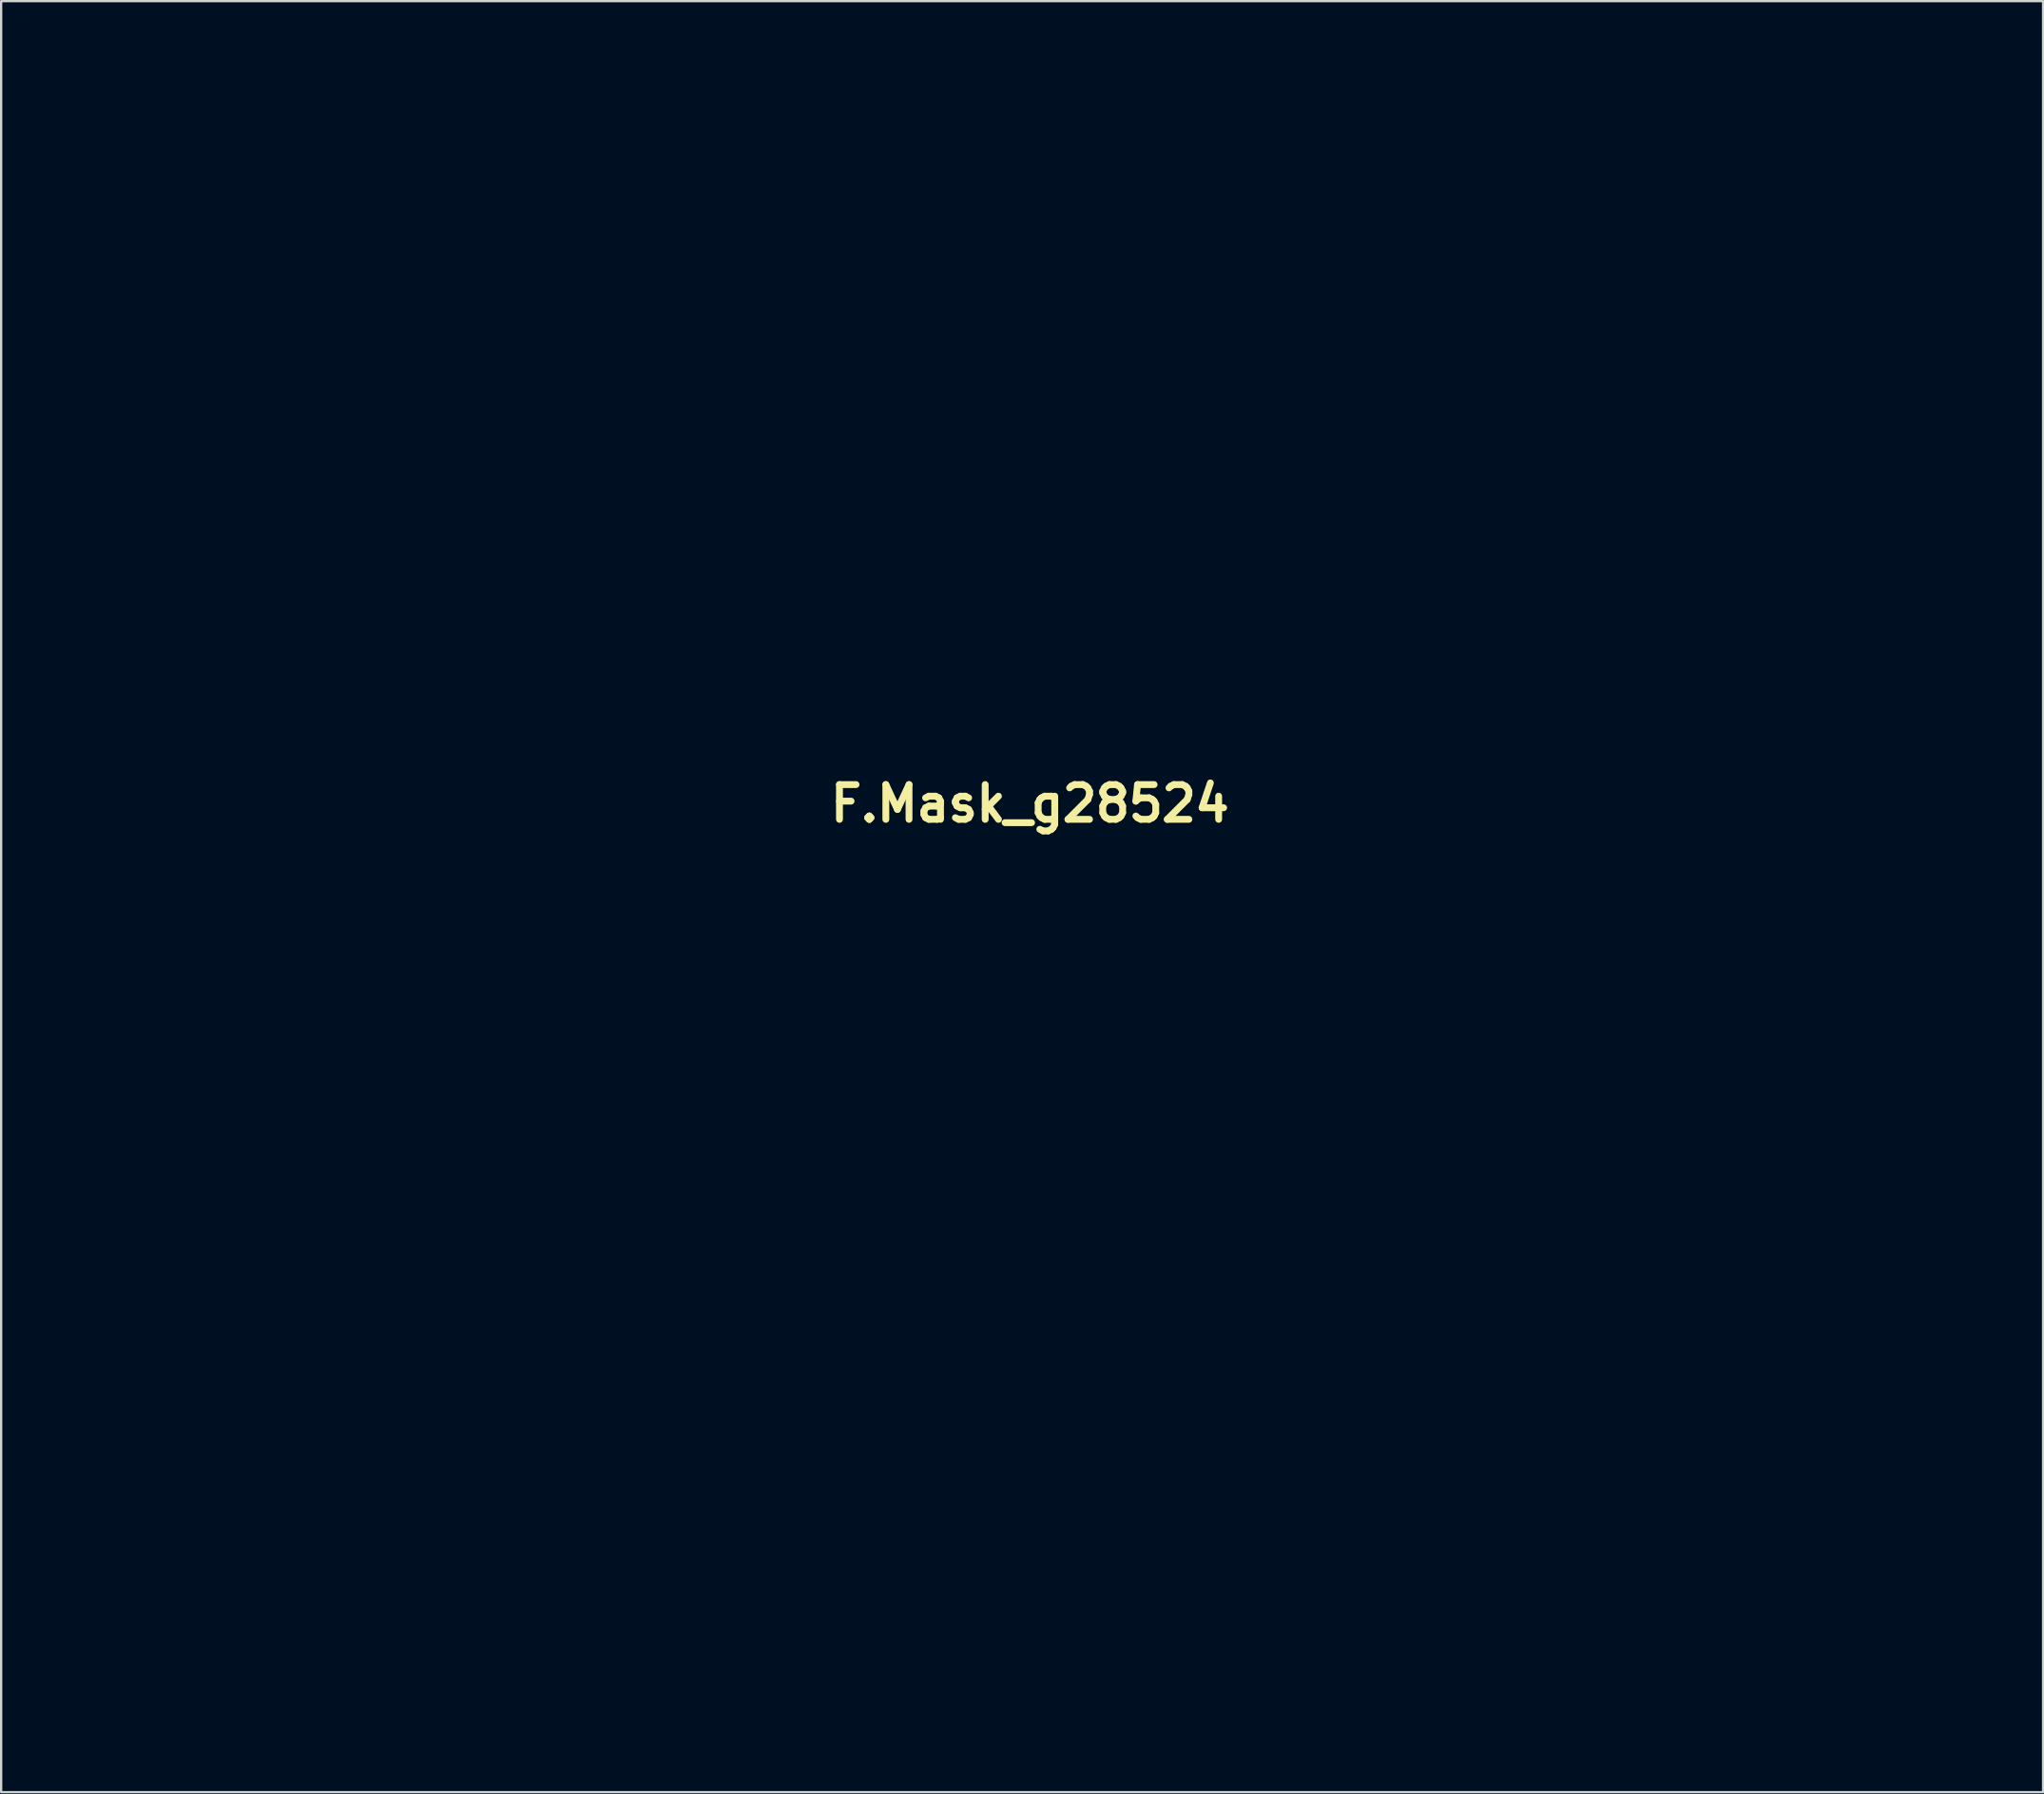
<source format=kicad_pcb>
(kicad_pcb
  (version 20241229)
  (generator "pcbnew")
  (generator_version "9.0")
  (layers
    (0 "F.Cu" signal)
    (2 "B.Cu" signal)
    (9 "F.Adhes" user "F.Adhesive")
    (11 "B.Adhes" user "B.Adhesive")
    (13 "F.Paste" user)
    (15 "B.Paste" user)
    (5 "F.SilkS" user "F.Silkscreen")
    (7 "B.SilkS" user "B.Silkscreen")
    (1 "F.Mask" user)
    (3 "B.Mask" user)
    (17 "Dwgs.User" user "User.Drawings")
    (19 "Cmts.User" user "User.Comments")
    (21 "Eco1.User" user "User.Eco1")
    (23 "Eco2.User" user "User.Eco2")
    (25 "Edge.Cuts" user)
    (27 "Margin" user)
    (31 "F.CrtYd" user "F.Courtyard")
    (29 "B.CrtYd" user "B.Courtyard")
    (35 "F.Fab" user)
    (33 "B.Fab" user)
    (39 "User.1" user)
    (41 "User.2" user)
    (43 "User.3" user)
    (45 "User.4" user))
  (footprint "F.Mask_g28524"
    (layer "F.Cu")
    (at 42.089 32.171)
    (property "Reference" "F.Mask_g28524" (at 0 0 0) (layer "F.SilkS") (effects (font (size 1.524 1.524) (thickness 0.3))))
    (attr through_hole)
    (fp_poly (pts (xy 38.334 -5.221) (xy 38.433 -5.177) (xy 38.525 -5.106) (xy 38.616 -5.003) (xy 38.714 -4.866) (xy 38.743 -4.822) (xy 38.841 -4.658) (xy 38.949 -4.456) (xy 39.065 -4.219) (xy 39.187 -3.953) (xy 39.313 -3.659) (xy 39.444 -3.342) (xy 39.576 -3.004) (xy 39.71 -2.65) (xy 39.843 -2.283) (xy 39.974 -1.907) (xy 40.102 -1.524) (xy 40.225 -1.139) (xy 40.342 -0.755) (xy 40.416 -0.505) (xy 40.484 -0.261) (xy 40.555 0.002) (xy 40.628 0.28) (xy 40.702 0.569) (xy 40.776 0.867) (xy 40.85 1.17) (xy 40.922 1.474) (xy 40.992 1.776) (xy 41.06 2.072) (xy 41.123 2.358) (xy 41.182 2.632) (xy 41.236 2.89) (xy 41.283 3.127) (xy 41.324 3.342) (xy 41.357 3.529) (xy 41.381 3.686) (xy 41.397 3.809) (xy 41.402 3.895) (xy 41.402 3.998) (xy 41.218 4.152) (xy 41.148 4.21) (xy 41.046 4.293) (xy 40.918 4.396) (xy 40.766 4.519) (xy 40.593 4.659) (xy 40.401 4.812) (xy 40.195 4.977) (xy 39.976 5.152) (xy 39.749 5.334) (xy 39.516 5.52) (xy 39.28 5.708) (xy 39.044 5.895) (xy 38.812 6.08) (xy 38.585 6.26) (xy 38.368 6.432) (xy 38.164 6.594) (xy 37.974 6.743) (xy 37.803 6.878) (xy 37.772 6.902) (xy 37.337 7.243) (xy 36.93 7.561) (xy 36.55 7.856) (xy 36.2 8.127) (xy 35.878 8.375) (xy 35.585 8.598) (xy 35.322 8.797) (xy 35.09 8.971) (xy 34.888 9.12) (xy 34.717 9.243) (xy 34.578 9.341) (xy 34.471 9.412) (xy 34.423 9.442) (xy 34.117 9.61) (xy 33.785 9.77) (xy 33.44 9.917) (xy 33.092 10.046) (xy 32.754 10.153) (xy 32.526 10.212) (xy 32.331 10.253) (xy 32.123 10.288) (xy 31.914 10.314) (xy 31.712 10.332) (xy 31.529 10.341) (xy 31.374 10.339) (xy 31.348 10.337) (xy 31.109 10.307) (xy 30.901 10.258) (xy 30.717 10.187) (xy 30.56 10.098) (xy 30.37 9.95) (xy 30.195 9.765) (xy 30.034 9.544) (xy 29.888 9.292) (xy 29.759 9.01) (xy 29.647 8.702) (xy 29.552 8.371) (xy 29.476 8.018) (xy 29.419 7.647) (xy 29.382 7.26) (xy 29.365 6.861) (xy 29.37 6.451) (xy 29.397 6.035) (xy 29.413 5.884) (xy 29.471 5.462) (xy 29.554 5.02) (xy 29.664 4.556) (xy 29.8 4.067) (xy 29.964 3.55) (xy 30.002 3.437) (xy 30.241 2.784) (xy 30.512 2.137) (xy 30.811 1.497) (xy 31.137 0.868) (xy 31.488 0.253) (xy 31.862 -0.344) (xy 32.257 -0.922) (xy 32.67 -1.477) (xy 33.1 -2.006) (xy 33.544 -2.506) (xy 34.001 -2.974) (xy 34.468 -3.406) (xy 34.943 -3.801) (xy 35.105 -3.926) (xy 35.537 -4.232) (xy 35.961 -4.498) (xy 36.378 -4.724) (xy 36.791 -4.909) (xy 37.199 -5.056) (xy 37.604 -5.163) (xy 37.922 -5.221) (xy 38.086 -5.239) (xy 38.221 -5.241) (xy 38.334 -5.221)) (stroke (width 0.01) (type solid)) (fill yes) (layer "F.Mask"))
    (fp_poly (pts (xy 38.549 12.157) (xy 38.712 12.165) (xy 38.862 12.176) (xy 38.987 12.191) (xy 39.053 12.203) (xy 39.284 12.268) (xy 39.479 12.355) (xy 39.638 12.462) (xy 39.76 12.592) (xy 39.848 12.743) (xy 39.9 12.918) (xy 39.917 13.115) (xy 39.915 13.185) (xy 39.898 13.339) (xy 39.862 13.529) (xy 39.809 13.751) (xy 39.738 14.003) (xy 39.652 14.285) (xy 39.551 14.592) (xy 39.436 14.923) (xy 39.308 15.275) (xy 39.168 15.647) (xy 39.017 16.036) (xy 38.856 16.44) (xy 38.686 16.856) (xy 38.508 17.282) (xy 38.323 17.717) (xy 38.132 18.157) (xy 37.935 18.6) (xy 37.734 19.044) (xy 37.53 19.488) (xy 37.324 19.928) (xy 37.117 20.362) (xy 36.909 20.788) (xy 36.702 21.205) (xy 36.496 21.608) (xy 36.293 21.997) (xy 36.094 22.369) (xy 35.899 22.721) (xy 35.71 23.052) (xy 35.655 23.146) (xy 35.498 23.409) (xy 35.323 23.698) (xy 35.131 24.01) (xy 34.926 24.339) (xy 34.711 24.683) (xy 34.487 25.037) (xy 34.258 25.396) (xy 34.026 25.758) (xy 33.793 26.117) (xy 33.563 26.471) (xy 33.338 26.814) (xy 33.12 27.143) (xy 32.912 27.454) (xy 32.717 27.743) (xy 32.538 28.005) (xy 32.376 28.237) (xy 32.305 28.337) (xy 32.203 28.478) (xy 32.101 28.617) (xy 32 28.751) (xy 31.905 28.876) (xy 31.818 28.987) (xy 31.743 29.08) (xy 31.684 29.151) (xy 31.642 29.196) (xy 31.623 29.21) (xy 31.605 29.193) (xy 31.571 29.15) (xy 31.529 29.087) (xy 31.523 29.078) (xy 31.493 29.032) (xy 31.444 28.955) (xy 31.377 28.851) (xy 31.296 28.726) (xy 31.203 28.582) (xy 31.102 28.425) (xy 30.994 28.259) (xy 30.931 28.162) (xy 30.764 27.904) (xy 30.618 27.676) (xy 30.491 27.476) (xy 30.381 27.298) (xy 30.284 27.141) (xy 30.199 26.998) (xy 30.124 26.866) (xy 30.055 26.742) (xy 29.991 26.621) (xy 29.929 26.499) (xy 29.928 26.497) (xy 29.768 26.16) (xy 29.637 25.845) (xy 29.533 25.542) (xy 29.454 25.245) (xy 29.399 24.946) (xy 29.365 24.637) (xy 29.35 24.309) (xy 29.35 24.204) (xy 29.359 23.845) (xy 29.387 23.474) (xy 29.435 23.083) (xy 29.503 22.669) (xy 29.593 22.225) (xy 29.604 22.176) (xy 29.747 21.598) (xy 29.921 21.012) (xy 30.124 20.422) (xy 30.354 19.831) (xy 30.61 19.243) (xy 30.888 18.661) (xy 31.187 18.087) (xy 31.506 17.527) (xy 31.841 16.982) (xy 32.192 16.457) (xy 32.556 15.955) (xy 32.931 15.48) (xy 33.315 15.034) (xy 33.706 14.621) (xy 34.102 14.245) (xy 34.379 14.006) (xy 34.571 13.857) (xy 34.793 13.697) (xy 35.038 13.53) (xy 35.301 13.361) (xy 35.576 13.192) (xy 35.856 13.028) (xy 36.136 12.871) (xy 36.408 12.725) (xy 36.668 12.595) (xy 36.908 12.483) (xy 37.123 12.393) (xy 37.172 12.374) (xy 37.418 12.292) (xy 37.666 12.226) (xy 37.901 12.179) (xy 37.966 12.169) (xy 38.08 12.159) (xy 38.222 12.154) (xy 38.382 12.153) (xy 38.549 12.157)) (stroke (width 0.01) (type solid)) (fill yes) (layer "F.Mask"))
    (fp_poly (pts (xy -23.263 -32.139) (xy -23.25 -32.122) (xy -23.235 -32.092) (xy -23.226 -32.056) (xy -23.222 -32.003) (xy -23.223 -31.926) (xy -23.229 -31.818) (xy -23.243 -31.597) (xy -23.263 -31.339) (xy -23.288 -31.048) (xy -23.317 -30.73) (xy -23.35 -30.39) (xy -23.386 -30.032) (xy -23.424 -29.662) (xy -23.465 -29.283) (xy -23.507 -28.902) (xy -23.55 -28.522) (xy -23.594 -28.149) (xy -23.638 -27.788) (xy -23.681 -27.443) (xy -23.724 -27.119) (xy -23.764 -26.822) (xy -23.783 -26.691) (xy -23.876 -26.115) (xy -23.987 -25.56) (xy -24.116 -25.021) (xy -24.266 -24.494) (xy -24.438 -23.976) (xy -24.633 -23.462) (xy -24.854 -22.948) (xy -25.102 -22.43) (xy -25.379 -21.904) (xy -25.686 -21.366) (xy -26.025 -20.812) (xy -26.345 -20.317) (xy -26.562 -19.996) (xy -26.78 -19.691) (xy -26.996 -19.404) (xy -27.209 -19.136) (xy -27.415 -18.891) (xy -27.614 -18.671) (xy -27.804 -18.477) (xy -27.982 -18.312) (xy -28.146 -18.178) (xy -28.295 -18.077) (xy -28.427 -18.011) (xy -28.43 -18.01) (xy -28.506 -17.986) (xy -28.578 -17.977) (xy -28.669 -17.981) (xy -28.683 -17.983) (xy -28.764 -17.989) (xy -28.82 -17.986) (xy -28.867 -17.971) (xy -28.921 -17.942) (xy -28.981 -17.9) (xy -29.05 -17.836) (xy -29.133 -17.748) (xy -29.233 -17.631) (xy -29.351 -17.483) (xy -29.368 -17.462) (xy -29.423 -17.392) (xy -29.469 -17.333) (xy -29.499 -17.296) (xy -29.507 -17.287) (xy -29.529 -17.29) (xy -29.584 -17.309) (xy -29.665 -17.343) (xy -29.766 -17.387) (xy -29.881 -17.44) (xy -29.904 -17.45) (xy -30.027 -17.508) (xy -30.145 -17.561) (xy -30.247 -17.605) (xy -30.327 -17.638) (xy -30.378 -17.656) (xy -30.38 -17.656) (xy -30.443 -17.67) (xy -30.488 -17.666) (xy -30.536 -17.643) (xy -30.551 -17.634) (xy -30.645 -17.561) (xy -30.751 -17.45) (xy -30.868 -17.305) (xy -30.993 -17.128) (xy -31.125 -16.921) (xy -31.261 -16.688) (xy -31.295 -16.626) (xy -31.411 -16.421) (xy -31.514 -16.252) (xy -31.609 -16.114) (xy -31.699 -16.004) (xy -31.789 -15.919) (xy -31.883 -15.856) (xy -31.984 -15.809) (xy -32.098 -15.777) (xy -32.227 -15.755) (xy -32.286 -15.748) (xy -32.434 -15.737) (xy -32.609 -15.732) (xy -32.797 -15.731) (xy -32.982 -15.736) (xy -33.15 -15.747) (xy -33.189 -15.75) (xy -33.385 -15.781) (xy -33.552 -15.834) (xy -33.697 -15.915) (xy -33.831 -16.028) (xy -33.936 -16.145) (xy -34.14 -16.426) (xy -34.316 -16.738) (xy -34.467 -17.081) (xy -34.591 -17.455) (xy -34.689 -17.861) (xy -34.761 -18.3) (xy -34.796 -18.627) (xy -34.803 -18.715) (xy -34.81 -18.838) (xy -34.819 -18.984) (xy -34.828 -19.147) (xy -34.836 -19.317) (xy -34.843 -19.454) (xy -34.869 -20.039) (xy -34.502 -20.597) (xy -34.31 -20.889) (xy -34.135 -21.151) (xy -33.973 -21.391) (xy -33.818 -21.616) (xy -33.665 -21.833) (xy -33.511 -22.049) (xy -33.349 -22.27) (xy -33.176 -22.504) (xy -33.076 -22.638) (xy -32.645 -23.202) (xy -32.193 -23.774) (xy -31.725 -24.35) (xy -31.244 -24.925) (xy -30.752 -25.497) (xy -30.255 -26.061) (xy -29.754 -26.613) (xy -29.253 -27.149) (xy -28.757 -27.666) (xy -28.268 -28.16) (xy -27.79 -28.627) (xy -27.327 -29.063) (xy -27.03 -29.333) (xy -26.796 -29.54) (xy -26.551 -29.751) (xy -26.3 -29.965) (xy -26.043 -30.179) (xy -25.784 -30.392) (xy -25.525 -30.602) (xy -25.269 -30.807) (xy -25.018 -31.004) (xy -24.774 -31.192) (xy -24.54 -31.37) (xy -24.319 -31.534) (xy -24.113 -31.684) (xy -23.925 -31.817) (xy -23.756 -31.932) (xy -23.61 -32.026) (xy -23.489 -32.097) (xy -23.396 -32.145) (xy -23.343 -32.163) (xy -23.297 -32.166) (xy -23.263 -32.139)) (stroke (width 0.01) (type solid)) (fill yes) (layer "F.Mask"))
    (fp_poly (pts (xy 24.468 25.692) (xy 24.687 25.715) (xy 24.86 25.749) (xy 25.032 25.804) (xy 25.189 25.879) (xy 25.333 25.977) (xy 25.469 26.101) (xy 25.6 26.255) (xy 25.728 26.442) (xy 25.856 26.665) (xy 25.962 26.871) (xy 26.029 27.011) (xy 26.088 27.141) (xy 26.138 27.265) (xy 26.181 27.386) (xy 26.218 27.51) (xy 26.248 27.64) (xy 26.272 27.779) (xy 26.291 27.933) (xy 26.305 28.104) (xy 26.316 28.297) (xy 26.323 28.516) (xy 26.328 28.766) (xy 26.33 29.049) (xy 26.331 29.37) (xy 26.331 29.401) (xy 26.33 29.754) (xy 26.327 30.069) (xy 26.321 30.352) (xy 26.312 30.606) (xy 26.299 30.837) (xy 26.282 31.049) (xy 26.259 31.247) (xy 26.23 31.436) (xy 26.195 31.62) (xy 26.152 31.804) (xy 26.102 31.993) (xy 26.043 32.192) (xy 25.976 32.404) (xy 25.901 32.628) (xy 25.699 33.196) (xy 25.483 33.747) (xy 25.255 34.277) (xy 25.018 34.78) (xy 24.773 35.253) (xy 24.523 35.691) (xy 24.373 35.933) (xy 24.265 36.094) (xy 24.141 36.267) (xy 24.009 36.442) (xy 23.876 36.61) (xy 23.751 36.76) (xy 23.653 36.868) (xy 23.455 37.062) (xy 23.218 37.265) (xy 22.944 37.474) (xy 22.635 37.689) (xy 22.295 37.908) (xy 21.924 38.129) (xy 21.657 38.279) (xy 21.513 38.356) (xy 21.337 38.447) (xy 21.139 38.546) (xy 20.925 38.652) (xy 20.704 38.759) (xy 20.484 38.864) (xy 20.272 38.963) (xy 20.077 39.052) (xy 19.906 39.128) (xy 19.844 39.155) (xy 19.378 39.346) (xy 18.92 39.522) (xy 18.472 39.682) (xy 18.038 39.825) (xy 17.623 39.95) (xy 17.23 40.055) (xy 16.863 40.139) (xy 16.527 40.202) (xy 16.429 40.216) (xy 16.371 40.223) (xy 16.281 40.232) (xy 16.166 40.243) (xy 16.032 40.255) (xy 15.888 40.267) (xy 15.739 40.279) (xy 15.593 40.291) (xy 15.456 40.302) (xy 15.335 40.31) (xy 15.238 40.317) (xy 15.171 40.321) (xy 15.145 40.321) (xy 15.111 40.309) (xy 15.051 40.278) (xy 14.974 40.232) (xy 14.901 40.186) (xy 14.834 40.141) (xy 14.737 40.077) (xy 14.617 39.997) (xy 14.479 39.907) (xy 14.331 39.809) (xy 14.178 39.709) (xy 14.097 39.656) (xy 13.86 39.5) (xy 13.657 39.365) (xy 13.486 39.249) (xy 13.345 39.152) (xy 13.231 39.07) (xy 13.142 39.004) (xy 13.077 38.951) (xy 13.034 38.91) (xy 13.009 38.88) (xy 13.003 38.865) (xy 13.002 38.845) (xy 13.008 38.816) (xy 13.023 38.774) (xy 13.046 38.717) (xy 13.081 38.643) (xy 13.127 38.549) (xy 13.186 38.433) (xy 13.26 38.293) (xy 13.348 38.126) (xy 13.454 37.93) (xy 13.578 37.703) (xy 13.72 37.441) (xy 13.754 37.38) (xy 13.969 36.988) (xy 14.189 36.587) (xy 14.412 36.181) (xy 14.639 35.772) (xy 14.867 35.362) (xy 15.094 34.952) (xy 15.321 34.545) (xy 15.546 34.143) (xy 15.767 33.749) (xy 15.984 33.363) (xy 16.195 32.99) (xy 16.399 32.629) (xy 16.595 32.285) (xy 16.781 31.958) (xy 16.957 31.651) (xy 17.121 31.366) (xy 17.272 31.105) (xy 17.408 30.87) (xy 17.53 30.664) (xy 17.634 30.489) (xy 17.721 30.346) (xy 17.789 30.237) (xy 17.797 30.226) (xy 18.08 29.813) (xy 18.4 29.391) (xy 18.753 28.965) (xy 19.136 28.538) (xy 19.544 28.114) (xy 19.656 28.003) (xy 20.042 27.637) (xy 20.424 27.3) (xy 20.8 26.993) (xy 21.168 26.718) (xy 21.527 26.475) (xy 21.875 26.266) (xy 22.21 26.092) (xy 22.531 25.953) (xy 22.836 25.852) (xy 22.902 25.834) (xy 23.154 25.778) (xy 23.42 25.735) (xy 23.693 25.705) (xy 23.963 25.687) (xy 24.224 25.683) (xy 24.468 25.692)) (stroke (width 0.01) (type solid)) (fill yes) (layer "F.Mask"))
    (fp_poly (pts (xy -34.153 -12.102) (xy -34.071 -12.101) (xy -34.024 -12.098) (xy -34.015 -12.096) (xy -34.025 -12.068) (xy -34.054 -12.006) (xy -34.1 -11.913) (xy -34.161 -11.794) (xy -34.236 -11.65) (xy -34.322 -11.486) (xy -34.419 -11.304) (xy -34.524 -11.109) (xy -34.636 -10.902) (xy -34.753 -10.688) (xy -34.873 -10.47) (xy -34.994 -10.251) (xy -35.057 -10.139) (xy -35.178 -9.922) (xy -35.305 -9.694) (xy -35.434 -9.461) (xy -35.562 -9.232) (xy -35.685 -9.012) (xy -35.798 -8.808) (xy -35.899 -8.628) (xy -35.977 -8.488) (xy -36.189 -8.107) (xy -36.38 -7.758) (xy -36.555 -7.436) (xy -36.714 -7.138) (xy -36.861 -6.86) (xy -36.996 -6.596) (xy -37.033 -6.525) (xy -37.14 -6.307) (xy -37.226 -6.121) (xy -37.29 -5.965) (xy -37.333 -5.835) (xy -37.357 -5.729) (xy -37.362 -5.643) (xy -37.349 -5.575) (xy -37.33 -5.537) (xy -37.304 -5.506) (xy -37.251 -5.453) (xy -37.179 -5.383) (xy -37.093 -5.304) (xy -37.028 -5.246) (xy -36.888 -5.117) (xy -36.782 -5.009) (xy -36.707 -4.918) (xy -36.66 -4.842) (xy -36.641 -4.778) (xy -36.639 -4.76) (xy -36.654 -4.706) (xy -36.695 -4.635) (xy -36.722 -4.599) (xy -36.795 -4.5) (xy -36.841 -4.418) (xy -36.865 -4.342) (xy -36.872 -4.262) (xy -36.872 -4.26) (xy -36.859 -4.156) (xy -36.817 -4.05) (xy -36.746 -3.941) (xy -36.642 -3.827) (xy -36.504 -3.704) (xy -36.33 -3.571) (xy -36.145 -3.442) (xy -36.006 -3.347) (xy -35.876 -3.251) (xy -35.759 -3.158) (xy -35.661 -3.073) (xy -35.587 -3.001) (xy -35.54 -2.944) (xy -35.528 -2.921) (xy -35.527 -2.894) (xy -35.537 -2.851) (xy -35.558 -2.791) (xy -35.592 -2.71) (xy -35.639 -2.608) (xy -35.699 -2.482) (xy -35.775 -2.332) (xy -35.867 -2.155) (xy -35.975 -1.949) (xy -36.101 -1.713) (xy -36.245 -1.446) (xy -36.409 -1.145) (xy -36.569 -0.851) (xy -36.662 -0.682) (xy -36.748 -0.523) (xy -36.827 -0.378) (xy -36.894 -0.252) (xy -36.95 -0.148) (xy -36.991 -0.071) (xy -37.014 -0.025) (xy -37.019 -0.014) (xy -37.034 0.017) (xy -37.066 0.081) (xy -37.112 0.169) (xy -37.169 0.278) (xy -37.234 0.4) (xy -37.275 0.477) (xy -37.385 0.684) (xy -37.496 0.899) (xy -37.606 1.114) (xy -37.708 1.32) (xy -37.8 1.508) (xy -37.876 1.67) (xy -37.892 1.705) (xy -37.972 1.84) (xy -38.089 1.98) (xy -38.24 2.124) (xy -38.422 2.27) (xy -38.631 2.416) (xy -38.863 2.559) (xy -39.114 2.698) (xy -39.38 2.83) (xy -39.659 2.954) (xy -39.946 3.067) (xy -40.237 3.168) (xy -40.529 3.254) (xy -40.818 3.323) (xy -40.82 3.324) (xy -41.006 3.359) (xy -41.19 3.388) (xy -41.365 3.408) (xy -41.522 3.421) (xy -41.656 3.424) (xy -41.758 3.417) (xy -41.777 3.414) (xy -41.851 3.382) (xy -41.914 3.315) (xy -41.966 3.211) (xy -42.007 3.07) (xy -42.038 2.9) (xy -42.05 2.788) (xy -42.06 2.64) (xy -42.068 2.46) (xy -42.075 2.252) (xy -42.08 2.024) (xy -42.083 1.779) (xy -42.084 1.522) (xy -42.083 1.26) (xy -42.08 0.997) (xy -42.075 0.738) (xy -42.069 0.488) (xy -42.061 0.254) (xy -42.05 0.039) (xy -42.039 -0.148) (xy -42.03 -0.27) (xy -42.019 -0.421) (xy -42.006 -0.588) (xy -41.994 -0.756) (xy -41.984 -0.9) (xy -41.959 -1.205) (xy -41.93 -1.499) (xy -41.896 -1.791) (xy -41.855 -2.088) (xy -41.807 -2.397) (xy -41.75 -2.728) (xy -41.683 -3.087) (xy -41.643 -3.291) (xy -41.518 -3.898) (xy -41.377 -4.534) (xy -41.222 -5.191) (xy -41.056 -5.861) (xy -40.881 -6.534) (xy -40.698 -7.201) (xy -40.511 -7.855) (xy -40.322 -8.487) (xy -40.132 -9.087) (xy -40.117 -9.133) (xy -40.087 -9.224) (xy -40.048 -9.342) (xy -40 -9.485) (xy -39.944 -9.648) (xy -39.883 -9.828) (xy -39.817 -10.02) (xy -39.749 -10.221) (xy -39.678 -10.427) (xy -39.607 -10.634) (xy -39.537 -10.838) (xy -39.469 -11.034) (xy -39.405 -11.22) (xy -39.346 -11.391) (xy -39.293 -11.544) (xy -39.247 -11.673) (xy -39.211 -11.777) (xy -39.185 -11.849) (xy -39.171 -11.888) (xy -39.168 -11.893) (xy -39.143 -11.899) (xy -39.08 -11.906) (xy -38.982 -11.915) (xy -38.854 -11.926) (xy -38.7 -11.937) (xy -38.524 -11.95) (xy -38.33 -11.963) (xy -38.122 -11.976) (xy -37.904 -11.989) (xy -37.68 -12.002) (xy -37.455 -12.015) (xy -37.231 -12.027) (xy -37.014 -12.038) (xy -36.807 -12.048) (xy -36.614 -12.056) (xy -36.44 -12.063) (xy -36.428 -12.064) (xy -36.237 -12.07) (xy -36.033 -12.075) (xy -35.819 -12.081) (xy -35.601 -12.086) (xy -35.381 -12.09) (xy -35.164 -12.094) (xy -34.954 -12.097) (xy -34.756 -12.1) (xy -34.572 -12.102) (xy -34.408 -12.103) (xy -34.267 -12.103) (xy -34.153 -12.102)) (stroke (width 0.01) (type solid)) (fill yes) (layer "F.Mask")))
  (gr_rect
    (start -3 -3)
    (end 86.496 75.497)
    (stroke (width 0.1) (type default))
    (fill no)
    (layer "Edge.Cuts")))
</source>
